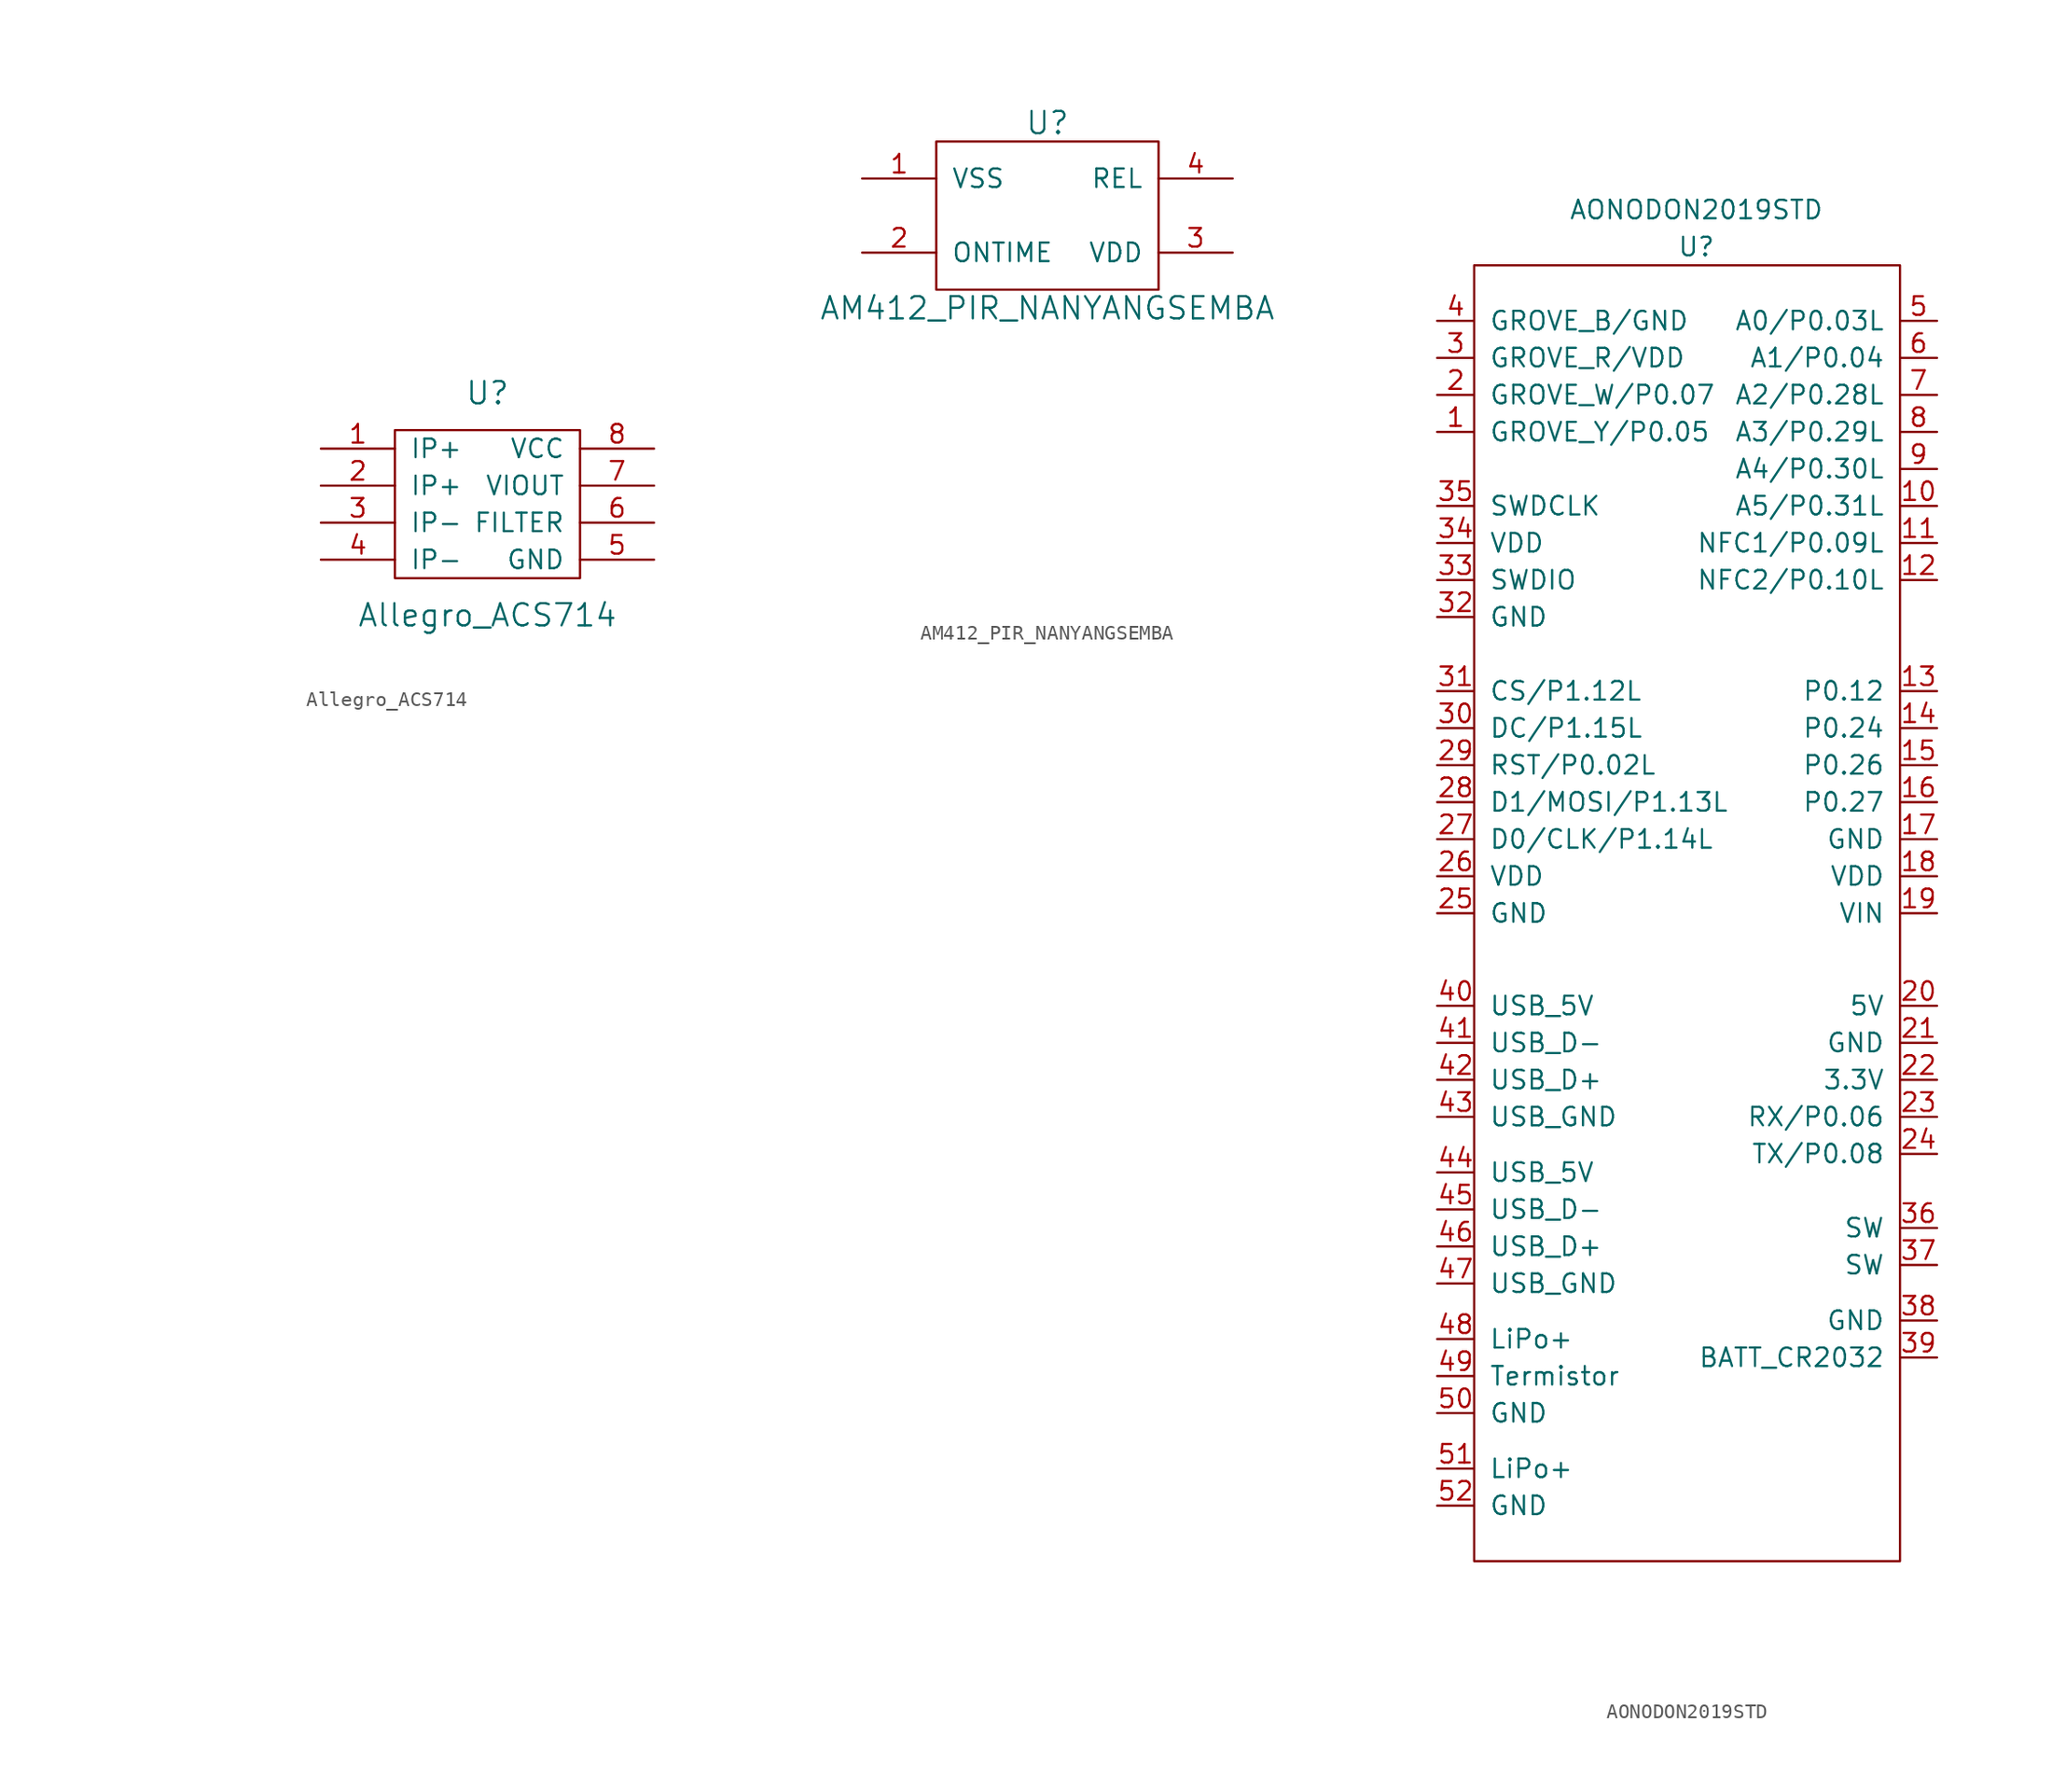
<source format=kicad_sym>
(kicad_symbol_lib
  (version 20220914)
  (generator kicad_symbol_editor)
  (symbol "Allegro_ACS714"
    (pin_names
      (offset 1.016))
    (property "Reference" "U"
      (at 0 7.62 0)
      (effects (font (size 1.524 1.524))))
    (property "Value" "Allegro_ACS714"
      (at 0 -7.62 0)
      (effects (font (size 1.524 1.524))))
    (property "Footprint" ""
      (at -25.4 26.67 0)
      (effects (font (size 1.524 1.524))))
    (property "Datasheet" ""
      (at -25.4 26.67 0)
      (effects (font (size 1.524 1.524))))
    (symbol "Allegro_ACS714_0_1"
      (rectangle (start -6.35 5.08) (end 6.35 -5.08) (stroke (width 0) (type solid)) (fill (type none))))
    (symbol "Allegro_ACS714_1_1"
      (pin input line (at -11.43 3.81 0) (length 5.08) (name "IP+" (effects (font (size 1.27 1.27)))) (number "1" (effects (font (size 1.27 1.27)))))
      (pin input line (at -11.43 1.27 0) (length 5.08) (name "IP+" (effects (font (size 1.27 1.27)))) (number "2" (effects (font (size 1.27 1.27)))))
      (pin input line (at -11.43 -1.27 0) (length 5.08) (name "IP-" (effects (font (size 1.27 1.27)))) (number "3" (effects (font (size 1.27 1.27)))))
      (pin input line (at -11.43 -3.81 0) (length 5.08) (name "IP-" (effects (font (size 1.27 1.27)))) (number "4" (effects (font (size 1.27 1.27)))))
      (pin input line (at 11.43 -3.81 180) (length 5.08) (name "GND" (effects (font (size 1.27 1.27)))) (number "5" (effects (font (size 1.27 1.27)))))
      (pin input line (at 11.43 -1.27 180) (length 5.08) (name "FILTER" (effects (font (size 1.27 1.27)))) (number "6" (effects (font (size 1.27 1.27)))))
      (pin input line (at 11.43 1.27 180) (length 5.08) (name "VIOUT" (effects (font (size 1.27 1.27)))) (number "7" (effects (font (size 1.27 1.27)))))
      (pin input line (at 11.43 3.81 180) (length 5.08) (name "VCC" (effects (font (size 1.27 1.27)))) (number "8" (effects (font (size 1.27 1.27)))))))
  (symbol "AM412_PIR_NANYANGSEMBA"
    (pin_names
      (offset 1.016))
    (property "Reference" "U"
      (at 0 6.35 0)
      (effects (font (size 1.524 1.524))))
    (property "Value" "AM412_PIR_NANYANGSEMBA"
      (at 0 -6.35 0)
      (effects (font (size 1.524 1.524))))
    (property "Footprint" ""
      (at 1.27 -24.13 0)
      (effects (font (size 1.524 1.524))))
    (property "Datasheet" ""
      (at 1.27 -24.13 0)
      (effects (font (size 1.524 1.524))))
    (symbol "AM412_PIR_NANYANGSEMBA_0_1"
      (rectangle (start -7.62 5.08) (end 7.62 -5.08) (stroke (width 0) (type solid)) (fill (type none))))
    (symbol "AM412_PIR_NANYANGSEMBA_1_1"
      (pin input line (at -12.7 2.54 0) (length 5.08) (name "VSS" (effects (font (size 1.27 1.27)))) (number "1" (effects (font (size 1.27 1.27)))))
      (pin input line (at -12.7 -2.54 0) (length 5.08) (name "ONTIME" (effects (font (size 1.27 1.27)))) (number "2" (effects (font (size 1.27 1.27)))))
      (pin input line (at 12.7 -2.54 180) (length 5.08) (name "VDD" (effects (font (size 1.27 1.27)))) (number "3" (effects (font (size 1.27 1.27)))))
      (pin input line (at 12.7 2.54 180) (length 5.08) (name "REL" (effects (font (size 1.27 1.27)))) (number "4" (effects (font (size 1.27 1.27)))))))
  (symbol "AONODON2019STD"
    (pin_names
      (offset 1.016))
    (property "Reference" "U"
      (at 0 45.72 0)
      (effects (font (size 1.27 1.27))))
    (property "Value" "AONODON2019STD"
      (at 0 48.26 0)
      (effects (font (size 1.27 1.27))))
    (symbol "AONODON2019STD_0_1"
      (rectangle (start -15.24 44.45) (end 13.97 -44.45) (stroke (width 0) (type solid)) (fill (type none))))
    (symbol "AONODON2019STD_1_1"
      (pin bidirectional line (at -17.78 33.02 0) (length 2.54) (name "GROVE_Y/P0.05" (effects (font (size 1.27 1.27)))) (number "1" (effects (font (size 1.27 1.27)))))
      (pin bidirectional line (at 16.51 27.94 180) (length 2.54) (name "A5/P0.31L" (effects (font (size 1.27 1.27)))) (number "10" (effects (font (size 1.27 1.27)))))
      (pin bidirectional line (at 16.51 25.4 180) (length 2.54) (name "NFC1/P0.09L" (effects (font (size 1.27 1.27)))) (number "11" (effects (font (size 1.27 1.27)))))
      (pin bidirectional line (at 16.51 22.86 180) (length 2.54) (name "NFC2/P0.10L" (effects (font (size 1.27 1.27)))) (number "12" (effects (font (size 1.27 1.27)))))
      (pin bidirectional line (at 16.51 15.24 180) (length 2.54) (name "P0.12" (effects (font (size 1.27 1.27)))) (number "13" (effects (font (size 1.27 1.27)))))
      (pin bidirectional line (at 16.51 12.7 180) (length 2.54) (name "P0.24" (effects (font (size 1.27 1.27)))) (number "14" (effects (font (size 1.27 1.27)))))
      (pin bidirectional line (at 16.51 10.16 180) (length 2.54) (name "P0.26" (effects (font (size 1.27 1.27)))) (number "15" (effects (font (size 1.27 1.27)))))
      (pin bidirectional line (at 16.51 7.62 180) (length 2.54) (name "P0.27" (effects (font (size 1.27 1.27)))) (number "16" (effects (font (size 1.27 1.27)))))
      (pin power_in line (at 16.51 5.08 180) (length 2.54) (name "GND" (effects (font (size 1.27 1.27)))) (number "17" (effects (font (size 1.27 1.27)))))
      (pin power_in line (at 16.51 2.54 180) (length 2.54) (name "VDD" (effects (font (size 1.27 1.27)))) (number "18" (effects (font (size 1.27 1.27)))))
      (pin power_in line (at 16.51 0 180) (length 2.54) (name "VIN" (effects (font (size 1.27 1.27)))) (number "19" (effects (font (size 1.27 1.27)))))
      (pin bidirectional line (at -17.78 35.56 0) (length 2.54) (name "GROVE_W/P0.07" (effects (font (size 1.27 1.27)))) (number "2" (effects (font (size 1.27 1.27)))))
      (pin power_in line (at 16.51 -6.35 180) (length 2.54) (name "5V" (effects (font (size 1.27 1.27)))) (number "20" (effects (font (size 1.27 1.27)))))
      (pin power_in line (at 16.51 -8.89 180) (length 2.54) (name "GND" (effects (font (size 1.27 1.27)))) (number "21" (effects (font (size 1.27 1.27)))))
      (pin power_in line (at 16.51 -11.43 180) (length 2.54) (name "3.3V" (effects (font (size 1.27 1.27)))) (number "22" (effects (font (size 1.27 1.27)))))
      (pin input line (at 16.51 -13.97 180) (length 2.54) (name "RX/P0.06" (effects (font (size 1.27 1.27)))) (number "23" (effects (font (size 1.27 1.27)))))
      (pin output line (at 16.51 -16.51 180) (length 2.54) (name "TX/P0.08" (effects (font (size 1.27 1.27)))) (number "24" (effects (font (size 1.27 1.27)))))
      (pin power_out line (at -17.78 0 0) (length 2.54) (name "GND" (effects (font (size 1.27 1.27)))) (number "25" (effects (font (size 1.27 1.27)))))
      (pin power_out line (at -17.78 2.54 0) (length 2.54) (name "VDD" (effects (font (size 1.27 1.27)))) (number "26" (effects (font (size 1.27 1.27)))))
      (pin bidirectional line (at -17.78 5.08 0) (length 2.54) (name "D0/CLK/P1.14L" (effects (font (size 1.27 1.27)))) (number "27" (effects (font (size 1.27 1.27)))))
      (pin bidirectional line (at -17.78 7.62 0) (length 2.54) (name "D1/MOSI/P1.13L" (effects (font (size 1.27 1.27)))) (number "28" (effects (font (size 1.27 1.27)))))
      (pin bidirectional line (at -17.78 10.16 0) (length 2.54) (name "RST/P0.02L" (effects (font (size 1.27 1.27)))) (number "29" (effects (font (size 1.27 1.27)))))
      (pin power_out line (at -17.78 38.1 0) (length 2.54) (name "GROVE_R/VDD" (effects (font (size 1.27 1.27)))) (number "3" (effects (font (size 1.27 1.27)))))
      (pin bidirectional line (at -17.78 12.7 0) (length 2.54) (name "DC/P1.15L" (effects (font (size 1.27 1.27)))) (number "30" (effects (font (size 1.27 1.27)))))
      (pin bidirectional line (at -17.78 15.24 0) (length 2.54) (name "CS/P1.12L" (effects (font (size 1.27 1.27)))) (number "31" (effects (font (size 1.27 1.27)))))
      (pin power_in line (at -17.78 20.32 0) (length 2.54) (name "GND" (effects (font (size 1.27 1.27)))) (number "32" (effects (font (size 1.27 1.27)))))
      (pin bidirectional line (at -17.78 22.86 0) (length 2.54) (name "SWDIO" (effects (font (size 1.27 1.27)))) (number "33" (effects (font (size 1.27 1.27)))))
      (pin power_in line (at -17.78 25.4 0) (length 2.54) (name "VDD" (effects (font (size 1.27 1.27)))) (number "34" (effects (font (size 1.27 1.27)))))
      (pin input line (at -17.78 27.94 0) (length 2.54) (name "SWDCLK" (effects (font (size 1.27 1.27)))) (number "35" (effects (font (size 1.27 1.27)))))
      (pin power_in line (at 16.51 -21.59 180) (length 2.54) (name "SW" (effects (font (size 1.27 1.27)))) (number "36" (effects (font (size 1.27 1.27)))))
      (pin power_out line (at 16.51 -24.13 180) (length 2.54) (name "SW" (effects (font (size 1.27 1.27)))) (number "37" (effects (font (size 1.27 1.27)))))
      (pin power_in line (at 16.51 -27.94 180) (length 2.54) (name "GND" (effects (font (size 1.27 1.27)))) (number "38" (effects (font (size 1.27 1.27)))))
      (pin power_in line (at 16.51 -30.48 180) (length 2.54) (name "BATT_CR2032" (effects (font (size 1.27 1.27)))) (number "39" (effects (font (size 1.27 1.27)))))
      (pin power_out line (at -17.78 40.64 0) (length 2.54) (name "GROVE_B/GND" (effects (font (size 1.27 1.27)))) (number "4" (effects (font (size 1.27 1.27)))))
      (pin power_in line (at -17.78 -6.35 0) (length 2.54) (name "USB_5V" (effects (font (size 1.27 1.27)))) (number "40" (effects (font (size 1.27 1.27)))))
      (pin bidirectional line (at -17.78 -8.89 0) (length 2.54) (name "USB_D-" (effects (font (size 1.27 1.27)))) (number "41" (effects (font (size 1.27 1.27)))))
      (pin bidirectional line (at -17.78 -11.43 0) (length 2.54) (name "USB_D+" (effects (font (size 1.27 1.27)))) (number "42" (effects (font (size 1.27 1.27)))))
      (pin power_in line (at -17.78 -13.97 0) (length 2.54) (name "USB_GND" (effects (font (size 1.27 1.27)))) (number "43" (effects (font (size 1.27 1.27)))))
      (pin power_in line (at -17.78 -17.78 0) (length 2.54) (name "USB_5V" (effects (font (size 1.27 1.27)))) (number "44" (effects (font (size 1.27 1.27)))))
      (pin bidirectional line (at -17.78 -20.32 0) (length 2.54) (name "USB_D-" (effects (font (size 1.27 1.27)))) (number "45" (effects (font (size 1.27 1.27)))))
      (pin bidirectional line (at -17.78 -22.86 0) (length 2.54) (name "USB_D+" (effects (font (size 1.27 1.27)))) (number "46" (effects (font (size 1.27 1.27)))))
      (pin power_in line (at -17.78 -25.4 0) (length 2.54) (name "USB_GND" (effects (font (size 1.27 1.27)))) (number "47" (effects (font (size 1.27 1.27)))))
      (pin power_in line (at -17.78 -29.21 0) (length 2.54) (name "LiPo+" (effects (font (size 1.27 1.27)))) (number "48" (effects (font (size 1.27 1.27)))))
      (pin input line (at -17.78 -31.75 0) (length 2.54) (name "Termistor" (effects (font (size 1.27 1.27)))) (number "49" (effects (font (size 1.27 1.27)))))
      (pin bidirectional line (at 16.51 40.64 180) (length 2.54) (name "A0/P0.03L" (effects (font (size 1.27 1.27)))) (number "5" (effects (font (size 1.27 1.27)))))
      (pin power_in line (at -17.78 -34.29 0) (length 2.54) (name "GND" (effects (font (size 1.27 1.27)))) (number "50" (effects (font (size 1.27 1.27)))))
      (pin power_in line (at -17.78 -38.1 0) (length 2.54) (name "LiPo+" (effects (font (size 1.27 1.27)))) (number "51" (effects (font (size 1.27 1.27)))))
      (pin power_in line (at -17.78 -40.64 0) (length 2.54) (name "GND" (effects (font (size 1.27 1.27)))) (number "52" (effects (font (size 1.27 1.27)))))
      (pin bidirectional line (at 16.51 38.1 180) (length 2.54) (name "A1/P0.04" (effects (font (size 1.27 1.27)))) (number "6" (effects (font (size 1.27 1.27)))))
      (pin bidirectional line (at 16.51 35.56 180) (length 2.54) (name "A2/P0.28L" (effects (font (size 1.27 1.27)))) (number "7" (effects (font (size 1.27 1.27)))))
      (pin bidirectional line (at 16.51 33.02 180) (length 2.54) (name "A3/P0.29L" (effects (font (size 1.27 1.27)))) (number "8" (effects (font (size 1.27 1.27)))))
      (pin bidirectional line (at 16.51 30.48 180) (length 2.54) (name "A4/P0.30L" (effects (font (size 1.27 1.27)))) (number "9" (effects (font (size 1.27 1.27))))))))
</source>
